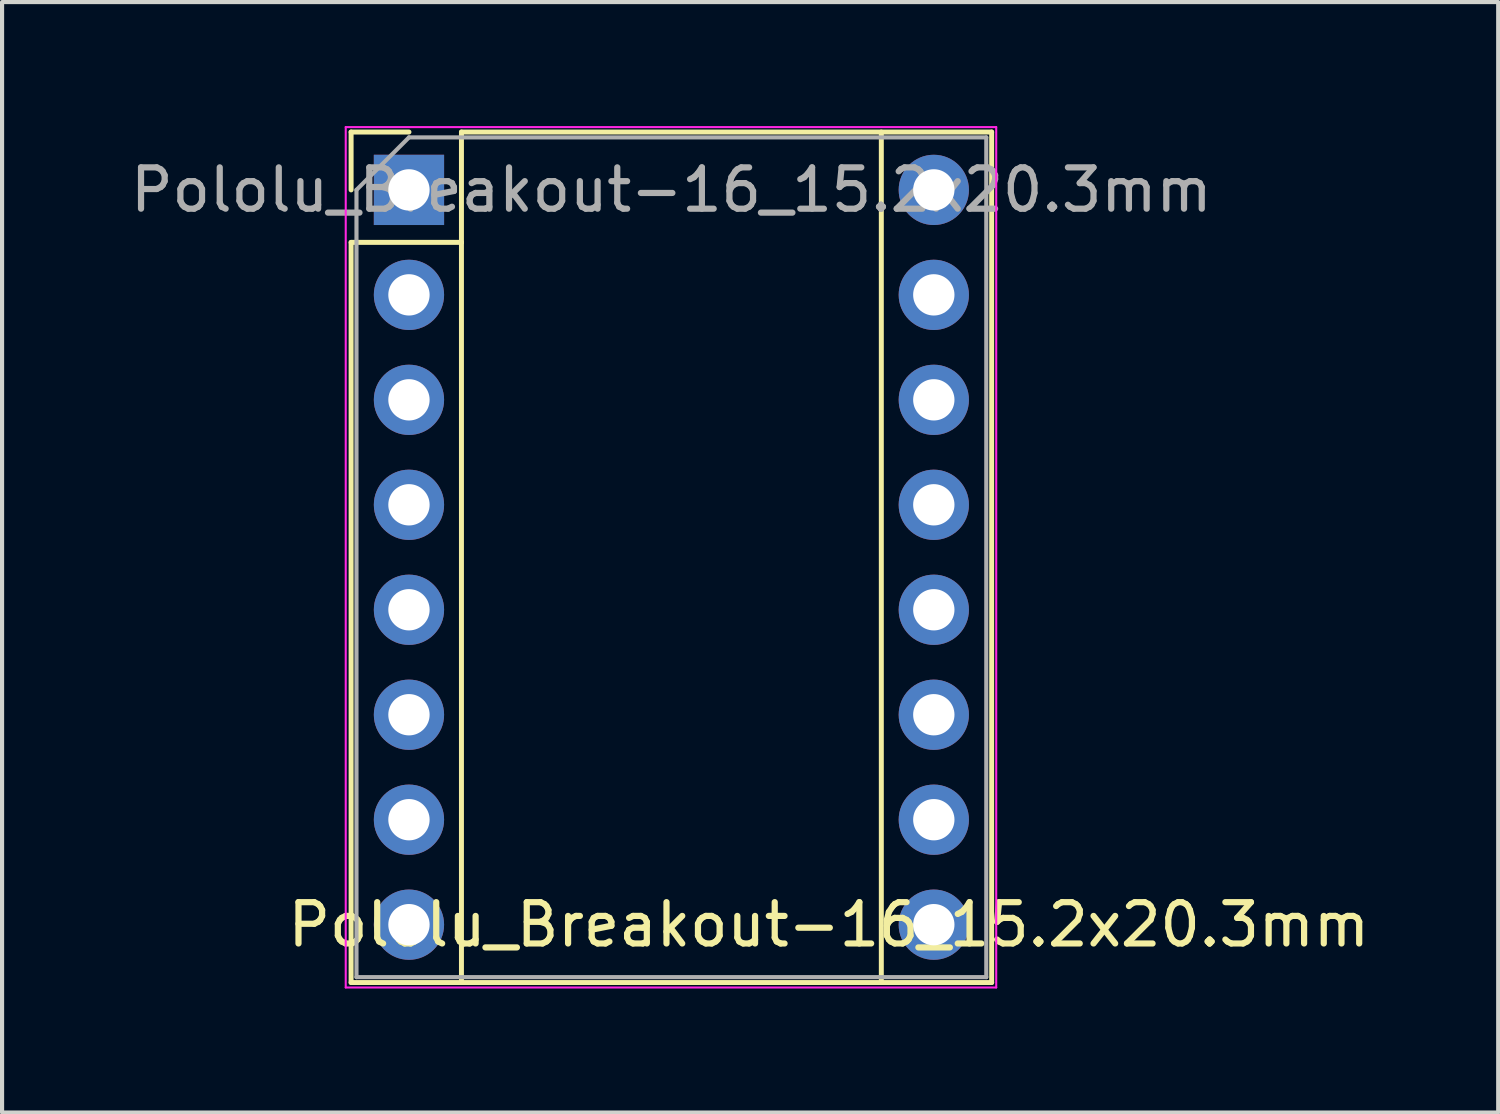
<source format=kicad_pcb>
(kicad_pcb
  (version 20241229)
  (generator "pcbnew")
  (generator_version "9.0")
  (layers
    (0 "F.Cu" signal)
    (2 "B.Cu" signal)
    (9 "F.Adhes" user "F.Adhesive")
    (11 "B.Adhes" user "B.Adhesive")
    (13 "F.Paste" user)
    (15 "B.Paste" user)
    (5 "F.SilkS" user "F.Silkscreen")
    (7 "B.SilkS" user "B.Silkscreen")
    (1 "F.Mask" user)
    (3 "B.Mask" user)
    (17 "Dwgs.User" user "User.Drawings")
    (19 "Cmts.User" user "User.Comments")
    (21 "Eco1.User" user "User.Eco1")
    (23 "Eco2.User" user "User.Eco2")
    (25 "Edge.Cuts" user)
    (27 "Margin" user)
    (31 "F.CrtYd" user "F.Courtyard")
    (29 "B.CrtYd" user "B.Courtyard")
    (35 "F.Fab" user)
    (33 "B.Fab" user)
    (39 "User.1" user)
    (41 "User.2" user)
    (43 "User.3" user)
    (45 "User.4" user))
  (footprint "Pololu_Breakout-16_15.2x20.3mm"
    (layer "F.Cu")
    (at 6.846 1.545)
    (property "Reference" "Pololu_Breakout-16_15.2x20.3mm" (at 10.16 17.78 180) (layer "F.SilkS") (effects (font (size 1 1) (thickness 0.15))))
    (attr through_hole)
    (fp_line (start -1.4 -1.4) (end -1.4 0) (stroke (width 0.12) (type solid)) (layer "F.SilkS"))
    (fp_line (start -1.4 1.27) (end -1.4 19.18) (stroke (width 0.12) (type solid)) (layer "F.SilkS"))
    (fp_line (start -1.4 19.18) (end 14.1 19.18) (stroke (width 0.12) (type solid)) (layer "F.SilkS"))
    (fp_line (start 0 -1.4) (end -1.4 -1.4) (stroke (width 0.12) (type solid)) (layer "F.SilkS"))
    (fp_line (start 1.27 -1.4) (end 1.27 1.27) (stroke (width 0.12) (type solid)) (layer "F.SilkS"))
    (fp_line (start 1.27 1.27) (end -1.4 1.27) (stroke (width 0.12) (type solid)) (layer "F.SilkS"))
    (fp_line (start 1.27 1.27) (end 1.27 19.18) (stroke (width 0.12) (type solid)) (layer "F.SilkS"))
    (fp_line (start 11.43 -1.4) (end 11.43 19.18) (stroke (width 0.12) (type solid)) (layer "F.SilkS"))
    (fp_line (start 14.1 -1.4) (end 1.27 -1.4) (stroke (width 0.12) (type solid)) (layer "F.SilkS"))
    (fp_line (start 14.1 19.18) (end 14.1 -1.4) (stroke (width 0.12) (type solid)) (layer "F.SilkS"))
    (fp_line (start -1.53 -1.52) (end -1.53 19.3) (stroke (width 0.05) (type solid)) (layer "F.CrtYd"))
    (fp_line (start -1.53 -1.52) (end 14.21 -1.52) (stroke (width 0.05) (type solid)) (layer "F.CrtYd"))
    (fp_line (start 14.21 19.3) (end -1.53 19.3) (stroke (width 0.05) (type solid)) (layer "F.CrtYd"))
    (fp_line (start 14.21 19.3) (end 14.21 -1.52) (stroke (width 0.05) (type solid)) (layer "F.CrtYd"))
    (fp_line (start -1.27 0) (end 0 -1.27) (stroke (width 0.1) (type solid)) (layer "F.Fab"))
    (fp_line (start -1.27 19.05) (end -1.27 0) (stroke (width 0.1) (type solid)) (layer "F.Fab"))
    (fp_line (start 0 -1.27) (end 13.97 -1.27) (stroke (width 0.1) (type solid)) (layer "F.Fab"))
    (fp_line (start 13.97 -1.27) (end 13.97 19.05) (stroke (width 0.1) (type solid)) (layer "F.Fab"))
    (fp_line (start 13.97 19.05) (end -1.27 19.05) (stroke (width 0.1) (type solid)) (layer "F.Fab"))
    (fp_text user "${REFERENCE}" (at 6.35 0 0) (layer "F.Fab") (effects (font (size 1 1) (thickness 0.15))))
    (pad "1" thru_hole rect (at 0 0) (size 1.7 1.7) (drill 1) (layers "*.Cu" "*.Mask"))
    (pad "2" thru_hole oval (at 0 2.54) (size 1.7 1.7) (drill 1) (layers "*.Cu" "*.Mask"))
    (pad "3" thru_hole oval (at 0 5.08) (size 1.7 1.7) (drill 1) (layers "*.Cu" "*.Mask"))
    (pad "4" thru_hole oval (at 0 7.62) (size 1.7 1.7) (drill 1) (layers "*.Cu" "*.Mask"))
    (pad "5" thru_hole oval (at 0 10.16) (size 1.7 1.7) (drill 1) (layers "*.Cu" "*.Mask"))
    (pad "6" thru_hole oval (at 0 12.7) (size 1.7 1.7) (drill 1) (layers "*.Cu" "*.Mask"))
    (pad "7" thru_hole oval (at 0 15.24) (size 1.7 1.7) (drill 1) (layers "*.Cu" "*.Mask"))
    (pad "8" thru_hole oval (at 0 17.78) (size 1.7 1.7) (drill 1) (layers "*.Cu" "*.Mask"))
    (pad "9" thru_hole oval (at 12.7 17.78) (size 1.7 1.7) (drill 1) (layers "*.Cu" "*.Mask"))
    (pad "10" thru_hole oval (at 12.7 15.24) (size 1.7 1.7) (drill 1) (layers "*.Cu" "*.Mask"))
    (pad "11" thru_hole oval (at 12.7 12.7) (size 1.7 1.7) (drill 1) (layers "*.Cu" "*.Mask"))
    (pad "12" thru_hole oval (at 12.7 10.16) (size 1.7 1.7) (drill 1) (layers "*.Cu" "*.Mask"))
    (pad "13" thru_hole oval (at 12.7 7.62) (size 1.7 1.7) (drill 1) (layers "*.Cu" "*.Mask"))
    (pad "14" thru_hole oval (at 12.7 5.08) (size 1.7 1.7) (drill 1) (layers "*.Cu" "*.Mask"))
    (pad "15" thru_hole oval (at 12.7 2.54) (size 1.7 1.7) (drill 1) (layers "*.Cu" "*.Mask"))
    (pad "16" thru_hole oval (at 12.7 0) (size 1.7 1.7) (drill 1) (layers "*.Cu" "*.Mask")))
  (gr_rect
    (start -3 -3)
    (end 33.203 23.87)
    (stroke (width 0.1) (type default))
    (fill no)
    (layer "Edge.Cuts")))
</source>
